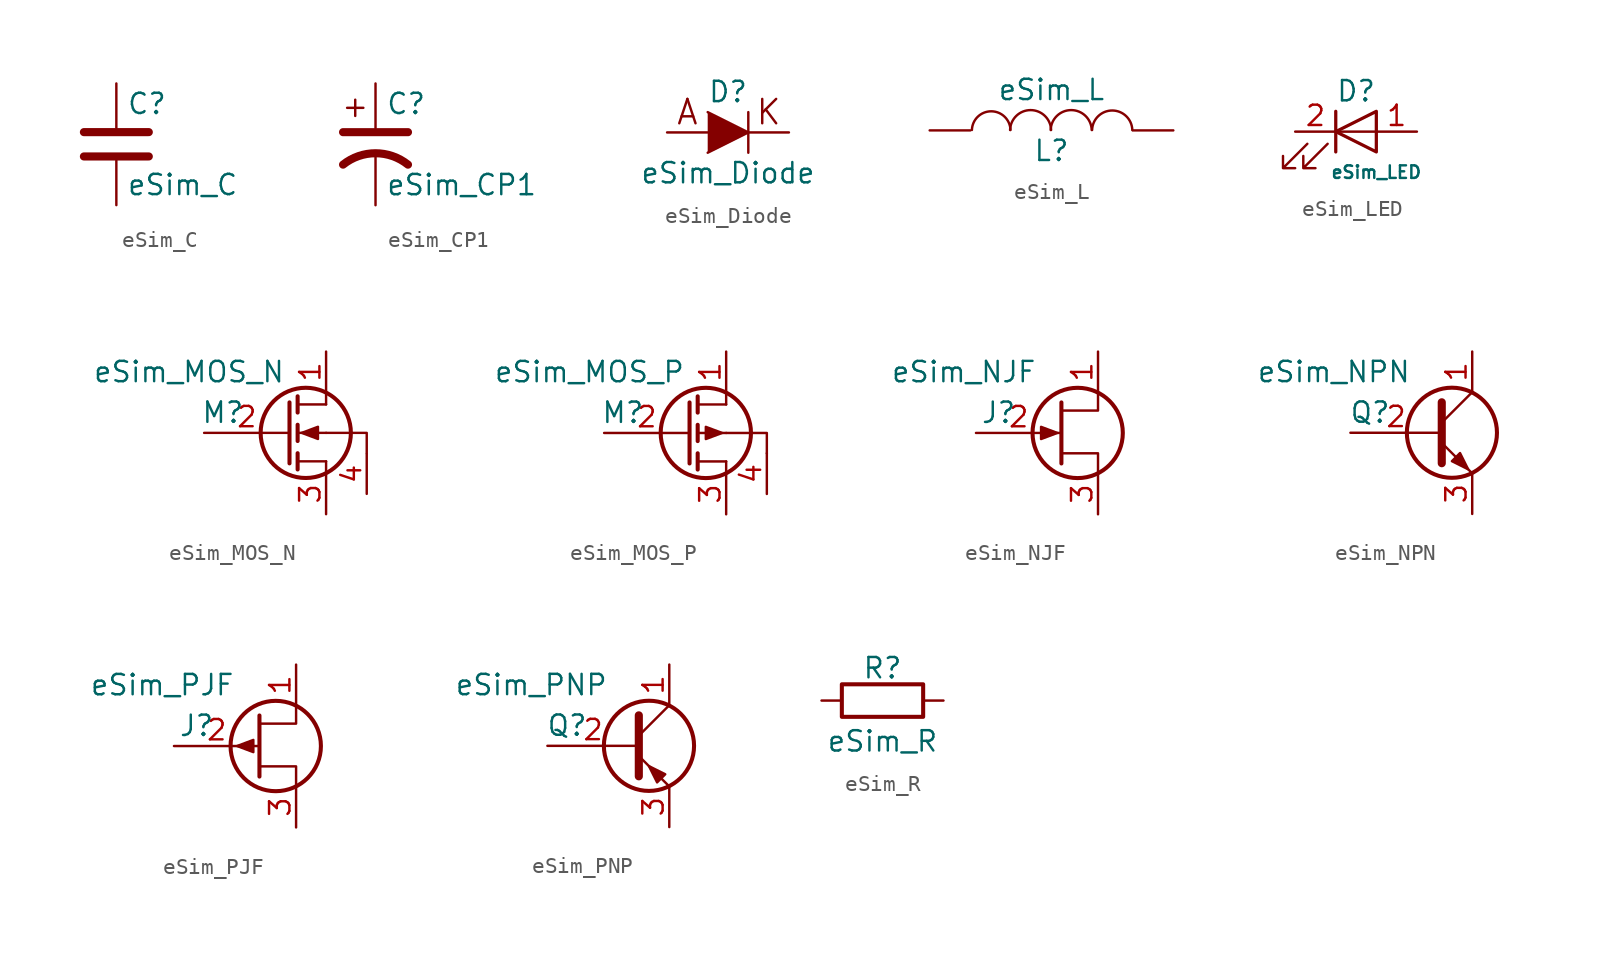
<source format=kicad_sym>
(kicad_symbol_lib
  (version 20211014)
  (generator kicad_symbol_editor)
  (symbol "eSim_C"
    (pin_numbers hide)
    (pin_names
      (offset 0.254))
    (property "Reference" "C"
      (at 0.635 2.54 0)
      (effects (font (size 1.27 1.27)) (justify left)))
    (property "Value" "eSim_C"
      (at 0.635 -2.54 0)
      (effects (font (size 1.27 1.27)) (justify left)))
    (property "Footprint" ""
      (at 0.965 -3.81 0)
      (effects (font (size 0.762 0.762))))
    (property "Datasheet" ""
      (at 0 0 0)
      (effects (font (size 1.524 1.524))))
    (symbol "eSim_C_0_1"
      (polyline (pts (xy -2.032 -0.762) (xy 2.032 -0.762)) (stroke (width 0.508) (type default) (color 0 0 0 0)) (fill (type none)))
      (polyline (pts (xy -2.032 0.762) (xy 2.032 0.762)) (stroke (width 0.508) (type default) (color 0 0 0 0)) (fill (type none))))
    (symbol "eSim_C_1_1"
      (pin passive line (at 0 3.81 270) (length 2.794) (name "~" (effects (font (size 1.016 1.016)))) (number "1" (effects (font (size 1.016 1.016)))))
      (pin passive line (at 0 -3.81 90) (length 2.794) (name "~" (effects (font (size 1.016 1.016)))) (number "2" (effects (font (size 1.016 1.016)))))))
  (symbol "eSim_CP1"
    (pin_numbers hide)
    (pin_names
      (offset 0.254) hide)
    (property "Reference" "C"
      (at 0.635 2.54 0)
      (effects (font (size 1.27 1.27)) (justify left)))
    (property "Value" "eSim_CP1"
      (at 0.635 -2.54 0)
      (effects (font (size 1.27 1.27)) (justify left)))
    (symbol "eSim_CP1_0_1"
      (polyline (pts (xy -2.032 0.762) (xy 2.032 0.762)) (stroke (width 0.508) (type default) (color 0 0 0 0)) (fill (type none)))
      (polyline (pts (xy -1.778 2.286) (xy -0.762 2.286)) (stroke (width 0) (type default) (color 0 0 0 0)) (fill (type none)))
      (polyline (pts (xy -1.27 1.778) (xy -1.27 2.794)) (stroke (width 0) (type default) (color 0 0 0 0)) (fill (type none)))
      (arc (start 2.032 -1.27) (mid 0 -0.5572) (end -2.032 -1.27) (stroke (width 0.508) (type default) (color 0 0 0 0)) (fill (type none))))
    (symbol "eSim_CP1_1_1"
      (pin passive line (at 0 3.81 270) (length 2.794) (name "~" (effects (font (size 1.27 1.27)))) (number "1" (effects (font (size 1.27 1.27)))))
      (pin passive line (at 0 -3.81 90) (length 3.302) (name "~" (effects (font (size 1.27 1.27)))) (number "2" (effects (font (size 1.27 1.27)))))))
  (symbol "eSim_Diode"
    (pin_numbers hide)
    (pin_names
      (offset 1.016) hide)
    (property "Reference" "D"
      (at 0 2.54 0)
      (effects (font (size 1.27 1.27))))
    (property "Value" "eSim_Diode"
      (at 0 -2.54 0)
      (effects (font (size 1.27 1.27))))
    (property "Footprint" ""
      (at 0 0 0)
      (effects (font (size 1.524 1.524))))
    (property "Datasheet" ""
      (at 0 0 0)
      (effects (font (size 1.524 1.524))))
    (symbol "eSim_Diode_0_0"
      (text "A" (at -2.54 1.27 0) (effects (font (size 1.524 1.524))))
      (text "K" (at 2.54 1.27 0) (effects (font (size 1.524 1.524)))))
    (symbol "eSim_Diode_0_1"
      (polyline (pts (xy 1.27 1.27) (xy 1.27 -1.27)) (stroke (width 0.152) (type default) (color 0 0 0 0)) (fill (type none)))
      (polyline (pts (xy -1.27 1.27) (xy 1.27 0) (xy -1.27 -1.27)) (stroke (width 0) (type default) (color 0 0 0 0)) (fill (type outline))))
    (symbol "eSim_Diode_1_1"
      (pin passive line (at -3.81 0 0) (length 2.54) (name "A" (effects (font (size 1.016 1.016)))) (number "1" (effects (font (size 1.016 1.016)))))
      (pin passive line (at 3.81 0 180) (length 2.54) (name "K" (effects (font (size 1.016 1.016)))) (number "2" (effects (font (size 1.016 1.016)))))))
  (symbol "eSim_L"
    (pin_numbers hide)
    (pin_names
      (offset 1.016) hide)
    (property "Reference" "L"
      (at 49.53 12.7 0)
      (effects (font (size 1.27 1.27))))
    (property "Value" "eSim_L"
      (at 49.53 16.51 0)
      (effects (font (size 1.27 1.27))))
    (property "Footprint" ""
      (at 49.53 13.97 90)
      (effects (font (size 1.524 1.524))))
    (property "Datasheet" ""
      (at 49.53 13.97 90)
      (effects (font (size 1.524 1.524))))
    (symbol "eSim_L_0_1"
      (arc (start 46.9646 13.9954) (mid 45.7705 15.1641) (end 44.5516 13.9954) (stroke (width 0) (type default) (color 0 0 0 0)) (fill (type none)))
      (arc (start 49.5046 13.9954) (mid 48.2344 15.2403) (end 46.9392 13.9954) (stroke (width 0) (type default) (color 0 0 0 0)) (fill (type none)))
      (arc (start 52.0446 13.9954) (mid 50.7744 15.2403) (end 49.4792 13.9954) (stroke (width 0) (type default) (color 0 0 0 0)) (fill (type none)))
      (arc (start 54.5846 13.9954) (mid 53.3397 15.2149) (end 52.07 13.9954) (stroke (width 0) (type default) (color 0 0 0 0)) (fill (type none))))
    (symbol "eSim_L_1_1"
      (pin passive line (at 41.91 13.97 0) (length 2.54) (name "1" (effects (font (size 1.778 1.778)))) (number "1" (effects (font (size 1.778 1.778)))))
      (pin passive line (at 57.15 13.97 180) (length 2.54) (name "2" (effects (font (size 1.778 1.778)))) (number "2" (effects (font (size 1.778 1.778)))))))
  (symbol "eSim_LED"
    (pin_names
      (offset 1.016) hide)
    (property "Reference" "D"
      (at 0 2.54 0)
      (effects (font (size 1.27 1.27))))
    (property "Value" "eSim_LED"
      (at 1.27 -2.54 0)
      (effects (font (size 0.787 0.787))))
    (symbol "eSim_LED_0_1"
      (polyline (pts (xy -1.27 -1.27) (xy -1.27 1.27)) (stroke (width 0.203) (type default) (color 0 0 0 0)) (fill (type none)))
      (polyline (pts (xy -1.27 0) (xy 1.27 0)) (stroke (width 0) (type default) (color 0 0 0 0)) (fill (type none)))
      (polyline (pts (xy 1.27 -1.27) (xy 1.27 1.27) (xy -1.27 0) (xy 1.27 -1.27)) (stroke (width 0.203) (type default) (color 0 0 0 0)) (fill (type none)))
      (polyline (pts (xy -3.048 -0.762) (xy -4.572 -2.286) (xy -3.81 -2.286) (xy -4.572 -2.286) (xy -4.572 -1.524)) (stroke (width 0) (type default) (color 0 0 0 0)) (fill (type none)))
      (polyline (pts (xy -1.778 -0.762) (xy -3.302 -2.286) (xy -2.54 -2.286) (xy -3.302 -2.286) (xy -3.302 -1.524)) (stroke (width 0) (type default) (color 0 0 0 0)) (fill (type none))))
    (symbol "eSim_LED_1_1"
      (pin passive line (at 3.81 0 180) (length 2.54) (name "A" (effects (font (size 1.27 1.27)))) (number "1" (effects (font (size 1.27 1.27)))))
      (pin passive line (at -3.81 0 0) (length 2.54) (name "K" (effects (font (size 1.27 1.27)))) (number "2" (effects (font (size 1.27 1.27)))))))
  (symbol "eSim_MOS_N"
    (pin_names
      (offset 0) hide)
    (property "Reference" "M"
      (at 0 -3.81 0)
      (effects (font (size 1.27 1.27)) (justify right)))
    (property "Value" "eSim_MOS_N"
      (at 2.54 -1.27 0)
      (effects (font (size 1.27 1.27)) (justify right)))
    (property "Footprint" ""
      (at 7.62 -7.62 0)
      (effects (font (size 0.737 0.737))))
    (property "Datasheet" ""
      (at 2.54 -5.08 0)
      (effects (font (size 1.524 1.524))))
    (symbol "eSim_MOS_N_0_1"
      (polyline (pts (xy 3.302 -7.366) (xy 3.302 -6.35)) (stroke (width 0.254) (type default) (color 0 0 0 0)) (fill (type none)))
      (polyline (pts (xy 3.302 -6.858) (xy 5.08 -6.858)) (stroke (width 0) (type default) (color 0 0 0 0)) (fill (type none)))
      (polyline (pts (xy 3.302 -5.588) (xy 3.302 -4.572)) (stroke (width 0.254) (type default) (color 0 0 0 0)) (fill (type none)))
      (polyline (pts (xy 3.302 -5.08) (xy 5.08 -5.08)) (stroke (width 0) (type default) (color 0 0 0 0)) (fill (type none)))
      (polyline (pts (xy 3.302 -3.81) (xy 3.302 -2.794)) (stroke (width 0.254) (type default) (color 0 0 0 0)) (fill (type none)))
      (polyline (pts (xy 3.302 -3.302) (xy 5.08 -3.302)) (stroke (width 0) (type default) (color 0 0 0 0)) (fill (type none)))
      (polyline (pts (xy 5.08 -7.62) (xy 5.08 -6.858)) (stroke (width 0) (type default) (color 0 0 0 0)) (fill (type none)))
      (polyline (pts (xy 5.08 -3.302) (xy 5.08 -2.54)) (stroke (width 0) (type default) (color 0 0 0 0)) (fill (type none)))
      (polyline (pts (xy 2.794 -6.985) (xy 2.794 -3.175) (xy 2.794 -3.175)) (stroke (width 0.254) (type default) (color 0 0 0 0)) (fill (type none)))
      (polyline (pts (xy 5.08 -5.08) (xy 7.62 -5.08) (xy 7.62 -6.35)) (stroke (width 0) (type default) (color 0 0 0 0)) (fill (type none)))
      (polyline (pts (xy 3.556 -5.08) (xy 4.572 -5.461) (xy 4.572 -4.699) (xy 3.556 -5.08)) (stroke (width 0) (type default) (color 0 0 0 0)) (fill (type outline)))
      (circle (center 3.81 -5.08) (radius 2.819) (stroke (width 0.254) (type default) (color 0 0 0 0)) (fill (type none))))
    (symbol "eSim_MOS_N_1_1"
      (pin passive line (at 5.08 0 270) (length 2.54) (name "D" (effects (font (size 1.27 1.27)))) (number "1" (effects (font (size 1.27 1.27)))))
      (pin passive line (at -2.54 -5.08 0) (length 5.334) (name "G" (effects (font (size 1.27 1.27)))) (number "2" (effects (font (size 1.27 1.27)))))
      (pin passive line (at 5.08 -10.16 90) (length 2.54) (name "S" (effects (font (size 1.27 1.27)))) (number "3" (effects (font (size 1.27 1.27)))))
      (pin passive line (at 7.62 -8.89 90) (length 2.489) (name "B" (effects (font (size 1.194 1.194)))) (number "4" (effects (font (size 1.194 1.194)))))))
  (symbol "eSim_MOS_P"
    (pin_names
      (offset 0) hide)
    (property "Reference" "M"
      (at -1.27 1.27 0)
      (effects (font (size 1.27 1.27)) (justify right)))
    (property "Value" "eSim_MOS_P"
      (at 1.27 3.81 0)
      (effects (font (size 1.27 1.27)) (justify right)))
    (property "Footprint" ""
      (at 6.35 2.54 0)
      (effects (font (size 0.737 0.737))))
    (property "Datasheet" ""
      (at 1.27 0 0)
      (effects (font (size 1.524 1.524))))
    (symbol "eSim_MOS_P_0_1"
      (polyline (pts (xy 2.032 -1.778) (xy 3.81 -1.778)) (stroke (width 0) (type default) (color 0 0 0 0)) (fill (type none)))
      (polyline (pts (xy 2.032 -1.27) (xy 2.032 -2.286)) (stroke (width 0.254) (type default) (color 0 0 0 0)) (fill (type none)))
      (polyline (pts (xy 2.032 0) (xy 3.81 0)) (stroke (width 0) (type default) (color 0 0 0 0)) (fill (type none)))
      (polyline (pts (xy 2.032 0.508) (xy 2.032 -0.508)) (stroke (width 0.254) (type default) (color 0 0 0 0)) (fill (type none)))
      (polyline (pts (xy 2.032 1.778) (xy 3.81 1.778)) (stroke (width 0) (type default) (color 0 0 0 0)) (fill (type none)))
      (polyline (pts (xy 2.032 2.286) (xy 2.032 1.27)) (stroke (width 0.254) (type default) (color 0 0 0 0)) (fill (type none)))
      (polyline (pts (xy 3.81 -1.778) (xy 3.81 -2.54)) (stroke (width 0) (type default) (color 0 0 0 0)) (fill (type none)))
      (polyline (pts (xy 3.81 2.54) (xy 3.81 1.778)) (stroke (width 0) (type default) (color 0 0 0 0)) (fill (type none)))
      (polyline (pts (xy 1.524 1.905) (xy 1.524 -1.905) (xy 1.524 -1.905)) (stroke (width 0.254) (type default) (color 0 0 0 0)) (fill (type none)))
      (polyline (pts (xy 3.81 0) (xy 6.35 0) (xy 6.35 -1.27)) (stroke (width 0) (type default) (color 0 0 0 0)) (fill (type none)))
      (polyline (pts (xy 3.556 0) (xy 2.54 -0.381) (xy 2.54 0.381) (xy 3.556 0)) (stroke (width 0) (type default) (color 0 0 0 0)) (fill (type outline)))
      (circle (center 2.54 0) (radius 2.819) (stroke (width 0.254) (type default) (color 0 0 0 0)) (fill (type none))))
    (symbol "eSim_MOS_P_1_1"
      (pin passive line (at 3.81 5.08 270) (length 2.54) (name "D" (effects (font (size 1.27 1.27)))) (number "1" (effects (font (size 1.27 1.27)))))
      (pin passive line (at -3.81 0 0) (length 5.334) (name "G" (effects (font (size 1.27 1.27)))) (number "2" (effects (font (size 1.27 1.27)))))
      (pin passive line (at 3.81 -5.08 90) (length 2.54) (name "S" (effects (font (size 1.27 1.27)))) (number "3" (effects (font (size 1.27 1.27)))))
      (pin passive line (at 6.35 -3.81 90) (length 2.54) (name "B" (effects (font (size 1.27 1.27)))) (number "4" (effects (font (size 1.27 1.27)))))))
  (symbol "eSim_NJF"
    (pin_names
      (offset 0) hide)
    (property "Reference" "J"
      (at -2.54 1.27 0)
      (effects (font (size 1.27 1.27)) (justify right)))
    (property "Value" "eSim_NJF"
      (at -1.27 3.81 0)
      (effects (font (size 1.27 1.27)) (justify right)))
    (property "Footprint" ""
      (at 5.08 2.54 0)
      (effects (font (size 0.737 0.737))))
    (property "Datasheet" ""
      (at 0 0 0)
      (effects (font (size 1.524 1.524))))
    (symbol "eSim_NJF_0_1"
      (polyline (pts (xy 0.254 1.905) (xy 0.254 -1.905) (xy 0.254 -1.905)) (stroke (width 0.254) (type default) (color 0 0 0 0)) (fill (type none)))
      (polyline (pts (xy 2.54 -2.54) (xy 2.54 -1.27) (xy 0.254 -1.27)) (stroke (width 0) (type default) (color 0 0 0 0)) (fill (type none)))
      (polyline (pts (xy 2.54 2.54) (xy 2.54 1.397) (xy 0.254 1.397)) (stroke (width 0) (type default) (color 0 0 0 0)) (fill (type none)))
      (polyline (pts (xy 0 0) (xy -1.016 0.381) (xy -1.016 -0.381) (xy 0 0)) (stroke (width 0) (type default) (color 0 0 0 0)) (fill (type outline)))
      (circle (center 1.27 0) (radius 2.819) (stroke (width 0.254) (type default) (color 0 0 0 0)) (fill (type none))))
    (symbol "eSim_NJF_1_1"
      (pin passive line (at 2.54 5.08 270) (length 2.54) (name "D" (effects (font (size 1.27 1.27)))) (number "1" (effects (font (size 1.27 1.27)))))
      (pin passive line (at -5.08 0 0) (length 5.334) (name "G" (effects (font (size 1.27 1.27)))) (number "2" (effects (font (size 1.27 1.27)))))
      (pin passive line (at 2.54 -5.08 90) (length 2.54) (name "S" (effects (font (size 1.27 1.27)))) (number "3" (effects (font (size 1.27 1.27)))))))
  (symbol "eSim_NPN"
    (pin_names
      (offset 0) hide)
    (property "Reference" "Q"
      (at -2.54 1.27 0)
      (effects (font (size 1.27 1.27)) (justify right)))
    (property "Value" "eSim_NPN"
      (at -1.27 3.81 0)
      (effects (font (size 1.27 1.27)) (justify right)))
    (property "Footprint" ""
      (at 5.08 2.54 0)
      (effects (font (size 0.737 0.737))))
    (property "Datasheet" ""
      (at 0 0 0)
      (effects (font (size 1.524 1.524))))
    (symbol "eSim_NPN_0_1"
      (polyline (pts (xy 0.635 0.635) (xy 2.54 2.54)) (stroke (width 0) (type default) (color 0 0 0 0)) (fill (type none)))
      (polyline (pts (xy 0.635 -0.635) (xy 2.54 -2.54) (xy 2.54 -2.54)) (stroke (width 0) (type default) (color 0 0 0 0)) (fill (type none)))
      (polyline (pts (xy 0.635 1.905) (xy 0.635 -1.905) (xy 0.635 -1.905)) (stroke (width 0.508) (type default) (color 0 0 0 0)) (fill (type none)))
      (polyline (pts (xy 1.27 -1.778) (xy 1.778 -1.27) (xy 2.286 -2.286) (xy 1.27 -1.778) (xy 1.27 -1.778)) (stroke (width 0) (type default) (color 0 0 0 0)) (fill (type outline)))
      (circle (center 1.27 0) (radius 2.819) (stroke (width 0.254) (type default) (color 0 0 0 0)) (fill (type none))))
    (symbol "eSim_NPN_1_1"
      (pin passive line (at 2.54 5.08 270) (length 2.54) (name "C" (effects (font (size 1.27 1.27)))) (number "1" (effects (font (size 1.27 1.27)))))
      (pin passive line (at -5.08 0 0) (length 5.715) (name "B" (effects (font (size 1.27 1.27)))) (number "2" (effects (font (size 1.27 1.27)))))
      (pin passive line (at 2.54 -5.08 90) (length 2.54) (name "E" (effects (font (size 1.27 1.27)))) (number "3" (effects (font (size 1.27 1.27)))))))
  (symbol "eSim_PJF"
    (pin_names
      (offset 0) hide)
    (property "Reference" "J"
      (at -2.54 1.27 0)
      (effects (font (size 1.27 1.27)) (justify right)))
    (property "Value" "eSim_PJF"
      (at -1.27 3.81 0)
      (effects (font (size 1.27 1.27)) (justify right)))
    (property "Footprint" ""
      (at 5.08 2.54 0)
      (effects (font (size 0.737 0.737))))
    (property "Datasheet" ""
      (at 0 0 0)
      (effects (font (size 1.524 1.524))))
    (symbol "eSim_PJF_0_1"
      (polyline (pts (xy 0.254 1.905) (xy 0.254 -1.905) (xy 0.254 -1.905)) (stroke (width 0.254) (type default) (color 0 0 0 0)) (fill (type none)))
      (polyline (pts (xy 2.54 -2.54) (xy 2.54 -1.27) (xy 0.254 -1.27)) (stroke (width 0) (type default) (color 0 0 0 0)) (fill (type none)))
      (polyline (pts (xy 2.54 2.54) (xy 2.54 1.397) (xy 0.254 1.397)) (stroke (width 0) (type default) (color 0 0 0 0)) (fill (type none)))
      (polyline (pts (xy -1.143 0) (xy -0.127 0.381) (xy -0.127 -0.381) (xy -1.143 0)) (stroke (width 0) (type default) (color 0 0 0 0)) (fill (type outline)))
      (circle (center 1.27 0) (radius 2.819) (stroke (width 0.254) (type default) (color 0 0 0 0)) (fill (type none))))
    (symbol "eSim_PJF_1_1"
      (pin passive line (at 2.54 5.08 270) (length 2.54) (name "D" (effects (font (size 1.27 1.27)))) (number "1" (effects (font (size 1.27 1.27)))))
      (pin passive line (at -5.08 0 0) (length 5.334) (name "G" (effects (font (size 1.27 1.27)))) (number "2" (effects (font (size 1.27 1.27)))))
      (pin passive line (at 2.54 -5.08 90) (length 2.54) (name "S" (effects (font (size 1.27 1.27)))) (number "3" (effects (font (size 1.27 1.27)))))))
  (symbol "eSim_PNP"
    (pin_names
      (offset 0) hide)
    (property "Reference" "Q"
      (at -2.54 1.27 0)
      (effects (font (size 1.27 1.27)) (justify right)))
    (property "Value" "eSim_PNP"
      (at -1.27 3.81 0)
      (effects (font (size 1.27 1.27)) (justify right)))
    (property "Footprint" ""
      (at 5.08 2.54 0)
      (effects (font (size 0.737 0.737))))
    (property "Datasheet" ""
      (at 0 0 0)
      (effects (font (size 1.524 1.524))))
    (symbol "eSim_PNP_0_1"
      (polyline (pts (xy 0.635 0.635) (xy 2.54 2.54)) (stroke (width 0) (type default) (color 0 0 0 0)) (fill (type none)))
      (polyline (pts (xy 0.635 -0.635) (xy 2.54 -2.54) (xy 2.54 -2.54)) (stroke (width 0) (type default) (color 0 0 0 0)) (fill (type none)))
      (polyline (pts (xy 0.635 1.905) (xy 0.635 -1.905) (xy 0.635 -1.905)) (stroke (width 0.508) (type default) (color 0 0 0 0)) (fill (type none)))
      (polyline (pts (xy 2.286 -1.778) (xy 1.778 -2.286) (xy 1.27 -1.27) (xy 2.286 -1.778) (xy 2.286 -1.778)) (stroke (width 0) (type default) (color 0 0 0 0)) (fill (type outline)))
      (circle (center 1.27 0) (radius 2.819) (stroke (width 0.254) (type default) (color 0 0 0 0)) (fill (type none))))
    (symbol "eSim_PNP_1_1"
      (pin passive line (at 2.54 5.08 270) (length 2.54) (name "C" (effects (font (size 1.27 1.27)))) (number "1" (effects (font (size 1.27 1.27)))))
      (pin passive line (at -5.08 0 0) (length 5.715) (name "B" (effects (font (size 1.27 1.27)))) (number "2" (effects (font (size 1.27 1.27)))))
      (pin passive line (at 2.54 -5.08 90) (length 2.54) (name "E" (effects (font (size 1.27 1.27)))) (number "3" (effects (font (size 1.27 1.27)))))))
  (symbol "eSim_R"
    (pin_numbers hide)
    (pin_names
      (offset 0))
    (property "Reference" "R"
      (at 1.27 3.302 0)
      (effects (font (size 1.27 1.27))))
    (property "Value" "eSim_R"
      (at 1.27 -1.27 0)
      (effects (font (size 1.27 1.27))))
    (property "Footprint" ""
      (at 1.27 -0.508 0)
      (effects (font (size 0.762 0.762))))
    (property "Datasheet" ""
      (at 1.27 1.27 90)
      (effects (font (size 0.762 0.762))))
    (symbol "eSim_R_0_1"
      (rectangle (start 3.81 0.254) (end -1.27 2.286) (stroke (width 0.254) (type default) (color 0 0 0 0)) (fill (type none))))
    (symbol "eSim_R_1_1"
      (pin passive line (at -2.54 1.27 0) (length 1.27) (name "~" (effects (font (size 1.524 1.524)))) (number "1" (effects (font (size 1.524 1.524)))))
      (pin passive line (at 5.08 1.27 180) (length 1.27) (name "~" (effects (font (size 1.524 1.524)))) (number "2" (effects (font (size 1.524 1.524))))))))
</source>
